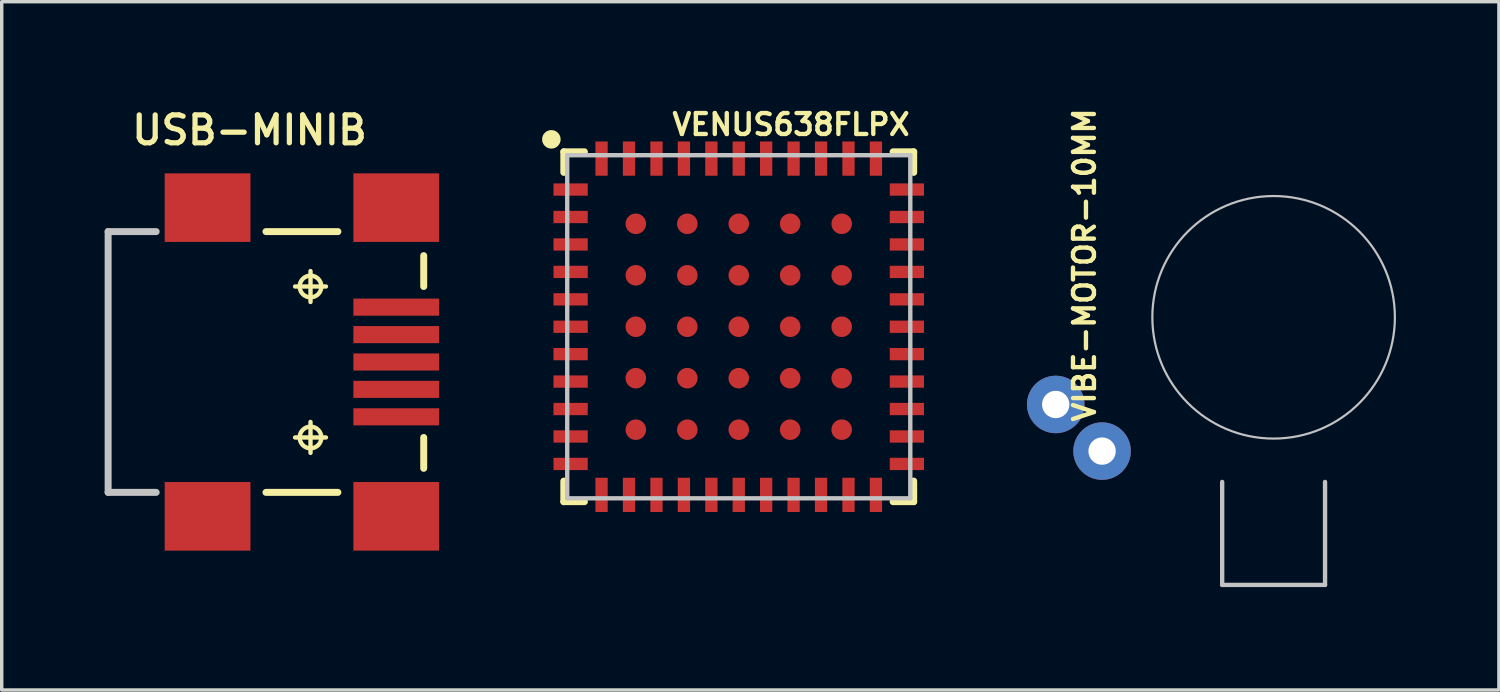
<source format=kicad_pcb>
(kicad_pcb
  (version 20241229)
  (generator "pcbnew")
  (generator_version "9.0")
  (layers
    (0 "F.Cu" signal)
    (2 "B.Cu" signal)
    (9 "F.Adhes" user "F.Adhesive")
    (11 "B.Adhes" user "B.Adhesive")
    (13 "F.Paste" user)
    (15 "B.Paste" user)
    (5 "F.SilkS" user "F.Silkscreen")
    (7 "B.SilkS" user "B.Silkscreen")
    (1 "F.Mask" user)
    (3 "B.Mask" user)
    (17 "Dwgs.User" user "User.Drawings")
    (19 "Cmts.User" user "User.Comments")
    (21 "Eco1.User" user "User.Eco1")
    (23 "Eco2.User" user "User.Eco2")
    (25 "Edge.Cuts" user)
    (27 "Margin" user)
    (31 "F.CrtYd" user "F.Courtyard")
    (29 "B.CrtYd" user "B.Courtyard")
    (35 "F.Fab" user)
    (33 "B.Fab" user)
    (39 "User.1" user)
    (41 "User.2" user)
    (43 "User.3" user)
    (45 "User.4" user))
  (footprint "VENUS638FLPX"
    (layer "F.Cu")
    (at 18.479 6.472)
    (property "Reference" "VENUS638FLPX" (at 1.524 -5.893 0) (layer "F.SilkS") (effects (font (size 0.61 0.61) (thickness 0.127))))
    (attr smd)
    (fp_line (start -5.098 -5.098) (end -4.498 -5.098) (stroke (width 0.203) (type solid)) (layer "F.SilkS"))
    (fp_line (start -5.098 -4.498) (end -5.098 -5.098) (stroke (width 0.203) (type solid)) (layer "F.SilkS"))
    (fp_line (start -5.098 4.498) (end -5.098 5.098) (stroke (width 0.203) (type solid)) (layer "F.SilkS"))
    (fp_line (start -5.098 5.098) (end -4.498 5.098) (stroke (width 0.203) (type solid)) (layer "F.SilkS"))
    (fp_line (start 5.098 -5.098) (end 4.498 -5.098) (stroke (width 0.203) (type solid)) (layer "F.SilkS"))
    (fp_line (start 5.098 -4.498) (end 5.098 -5.098) (stroke (width 0.203) (type solid)) (layer "F.SilkS"))
    (fp_line (start 5.098 5.098) (end 4.498 5.098) (stroke (width 0.203) (type solid)) (layer "F.SilkS"))
    (fp_line (start 5.098 5.098) (end 5.098 4.498) (stroke (width 0.203) (type solid)) (layer "F.SilkS"))
    (fp_circle (center -5.461 -5.461) (end -5.652 -5.652) (stroke (width 0) (type solid)) (fill yes) (layer "F.SilkS"))
    (fp_line (start -4.999 -4.999) (end -4.999 4.999) (stroke (width 0.127) (type solid)) (layer "Dwgs.User"))
    (fp_line (start -4.999 4.999) (end 4.999 4.999) (stroke (width 0.127) (type solid)) (layer "Dwgs.User"))
    (fp_line (start 4.999 -4.999) (end -4.999 -4.999) (stroke (width 0.127) (type solid)) (layer "Dwgs.User"))
    (fp_line (start 4.999 4.999) (end 4.999 -4.999) (stroke (width 0.127) (type solid)) (layer "Dwgs.User"))
    (pad "1" smd rect (at -4.9 -3.998 180) (size 0.998 0.358) (layers "F.Cu" "F.Mask" "F.Paste"))
    (pad "2" smd rect (at -4.9 -3.198 180) (size 0.998 0.358) (layers "F.Cu" "F.Mask" "F.Paste"))
    (pad "3" smd rect (at -4.9 -2.398 180) (size 0.998 0.358) (layers "F.Cu" "F.Mask" "F.Paste"))
    (pad "4" smd rect (at -4.9 -1.598 180) (size 0.998 0.358) (layers "F.Cu" "F.Mask" "F.Paste"))
    (pad "5" smd rect (at -4.9 -0.798 180) (size 0.998 0.358) (layers "F.Cu" "F.Mask" "F.Paste"))
    (pad "6" smd rect (at -4.9 0 180) (size 0.998 0.358) (layers "F.Cu" "F.Mask" "F.Paste"))
    (pad "7" smd rect (at -4.9 0.798 180) (size 0.998 0.358) (layers "F.Cu" "F.Mask" "F.Paste"))
    (pad "8" smd rect (at -4.9 1.598 180) (size 0.998 0.358) (layers "F.Cu" "F.Mask" "F.Paste"))
    (pad "9" smd rect (at -4.9 2.398 180) (size 0.998 0.358) (layers "F.Cu" "F.Mask" "F.Paste"))
    (pad "10" smd rect (at -4.9 3.198 180) (size 0.998 0.358) (layers "F.Cu" "F.Mask" "F.Paste"))
    (pad "11" smd rect (at -4.9 3.998 180) (size 0.998 0.358) (layers "F.Cu" "F.Mask" "F.Paste"))
    (pad "12" smd rect (at -3.998 4.9 270) (size 0.998 0.358) (layers "F.Cu" "F.Mask" "F.Paste"))
    (pad "13" smd rect (at -3.198 4.9 270) (size 0.998 0.358) (layers "F.Cu" "F.Mask" "F.Paste"))
    (pad "14" smd rect (at -2.398 4.9 270) (size 0.998 0.358) (layers "F.Cu" "F.Mask" "F.Paste"))
    (pad "15" smd rect (at -1.598 4.9 270) (size 0.998 0.358) (layers "F.Cu" "F.Mask" "F.Paste"))
    (pad "16" smd rect (at -0.798 4.9 270) (size 0.998 0.358) (layers "F.Cu" "F.Mask" "F.Paste"))
    (pad "17" smd rect (at 0 4.9 270) (size 0.998 0.358) (layers "F.Cu" "F.Mask" "F.Paste"))
    (pad "18" smd rect (at 0.798 4.9 270) (size 0.998 0.358) (layers "F.Cu" "F.Mask" "F.Paste"))
    (pad "19" smd rect (at 1.598 4.9 270) (size 0.998 0.358) (layers "F.Cu" "F.Mask" "F.Paste"))
    (pad "20" smd rect (at 2.398 4.9 270) (size 0.998 0.358) (layers "F.Cu" "F.Mask" "F.Paste"))
    (pad "21" smd rect (at 3.198 4.9 270) (size 0.998 0.358) (layers "F.Cu" "F.Mask" "F.Paste"))
    (pad "22" smd rect (at 3.998 4.9 270) (size 0.998 0.358) (layers "F.Cu" "F.Mask" "F.Paste"))
    (pad "23" smd rect (at 4.9 3.998) (size 0.998 0.358) (layers "F.Cu" "F.Mask" "F.Paste"))
    (pad "24" smd rect (at 4.9 3.198) (size 0.998 0.358) (layers "F.Cu" "F.Mask" "F.Paste"))
    (pad "25" smd rect (at 4.9 2.398) (size 0.998 0.358) (layers "F.Cu" "F.Mask" "F.Paste"))
    (pad "26" smd rect (at 4.9 1.598) (size 0.998 0.358) (layers "F.Cu" "F.Mask" "F.Paste"))
    (pad "27" smd rect (at 4.9 0.798) (size 0.998 0.358) (layers "F.Cu" "F.Mask" "F.Paste"))
    (pad "28" smd rect (at 4.9 0) (size 0.998 0.358) (layers "F.Cu" "F.Mask" "F.Paste"))
    (pad "29" smd rect (at 4.9 -0.798) (size 0.998 0.358) (layers "F.Cu" "F.Mask" "F.Paste"))
    (pad "30" smd rect (at 4.9 -1.598) (size 0.998 0.358) (layers "F.Cu" "F.Mask" "F.Paste"))
    (pad "31" smd rect (at 4.9 -2.398) (size 0.998 0.358) (layers "F.Cu" "F.Mask" "F.Paste"))
    (pad "32" smd rect (at 4.9 -3.198) (size 0.998 0.358) (layers "F.Cu" "F.Mask" "F.Paste"))
    (pad "33" smd rect (at 4.9 -3.998) (size 0.998 0.358) (layers "F.Cu" "F.Mask" "F.Paste"))
    (pad "34" smd rect (at 3.998 -4.9 90) (size 0.998 0.358) (layers "F.Cu" "F.Mask" "F.Paste"))
    (pad "35" smd rect (at 3.198 -4.9 90) (size 0.998 0.358) (layers "F.Cu" "F.Mask" "F.Paste"))
    (pad "36" smd rect (at 2.398 -4.9 90) (size 0.998 0.358) (layers "F.Cu" "F.Mask" "F.Paste"))
    (pad "37" smd rect (at 1.598 -4.9 90) (size 0.998 0.358) (layers "F.Cu" "F.Mask" "F.Paste"))
    (pad "38" smd rect (at 0.798 -4.9 90) (size 0.998 0.358) (layers "F.Cu" "F.Mask" "F.Paste"))
    (pad "39" smd rect (at 0 -4.9 90) (size 0.998 0.358) (layers "F.Cu" "F.Mask" "F.Paste"))
    (pad "40" smd rect (at -0.798 -4.9 90) (size 0.998 0.358) (layers "F.Cu" "F.Mask" "F.Paste"))
    (pad "41" smd rect (at -1.598 -4.9 90) (size 0.998 0.358) (layers "F.Cu" "F.Mask" "F.Paste"))
    (pad "42" smd rect (at -2.398 -4.9 90) (size 0.998 0.358) (layers "F.Cu" "F.Mask" "F.Paste"))
    (pad "43" smd rect (at -3.198 -4.9 90) (size 0.998 0.358) (layers "F.Cu" "F.Mask" "F.Paste"))
    (pad "44" smd rect (at -3.998 -4.9 90) (size 0.998 0.358) (layers "F.Cu" "F.Mask" "F.Paste"))
    (pad "45" smd circle (at -3 -3) (size 0.599 0.599) (layers "F.Cu" "F.Mask" "F.Paste"))
    (pad "46" smd circle (at -3 -1.499) (size 0.599 0.599) (layers "F.Cu" "F.Mask" "F.Paste"))
    (pad "47" smd circle (at -3 0) (size 0.599 0.599) (layers "F.Cu" "F.Mask" "F.Paste"))
    (pad "48" smd circle (at -3 1.499) (size 0.599 0.599) (layers "F.Cu" "F.Mask" "F.Paste"))
    (pad "49" smd circle (at -3 3) (size 0.599 0.599) (layers "F.Cu" "F.Mask" "F.Paste"))
    (pad "50" smd circle (at -1.499 -3) (size 0.599 0.599) (layers "F.Cu" "F.Mask" "F.Paste"))
    (pad "51" smd circle (at -1.499 -1.499) (size 0.599 0.599) (layers "F.Cu" "F.Mask" "F.Paste"))
    (pad "52" smd circle (at -1.499 0) (size 0.599 0.599) (layers "F.Cu" "F.Mask" "F.Paste"))
    (pad "53" smd circle (at -1.499 1.499) (size 0.599 0.599) (layers "F.Cu" "F.Mask" "F.Paste"))
    (pad "54" smd circle (at -1.499 3) (size 0.599 0.599) (layers "F.Cu" "F.Mask" "F.Paste"))
    (pad "55" smd circle (at 0 -3) (size 0.599 0.599) (layers "F.Cu" "F.Mask" "F.Paste"))
    (pad "56" smd circle (at 0 -1.499) (size 0.599 0.599) (layers "F.Cu" "F.Mask" "F.Paste"))
    (pad "57" smd circle (at 0 0) (size 0.599 0.599) (layers "F.Cu" "F.Mask" "F.Paste"))
    (pad "58" smd circle (at 0 1.499) (size 0.599 0.599) (layers "F.Cu" "F.Mask" "F.Paste"))
    (pad "59" smd circle (at 0 3) (size 0.599 0.599) (layers "F.Cu" "F.Mask" "F.Paste"))
    (pad "60" smd circle (at 1.499 -3) (size 0.599 0.599) (layers "F.Cu" "F.Mask" "F.Paste"))
    (pad "61" smd circle (at 1.499 -1.499) (size 0.599 0.599) (layers "F.Cu" "F.Mask" "F.Paste"))
    (pad "62" smd circle (at 1.499 0) (size 0.599 0.599) (layers "F.Cu" "F.Mask" "F.Paste"))
    (pad "63" smd circle (at 1.499 1.499) (size 0.599 0.599) (layers "F.Cu" "F.Mask" "F.Paste"))
    (pad "64" smd circle (at 1.499 3) (size 0.599 0.599) (layers "F.Cu" "F.Mask" "F.Paste"))
    (pad "65" smd circle (at 3 -3) (size 0.599 0.599) (layers "F.Cu" "F.Mask" "F.Paste"))
    (pad "66" smd circle (at 3 -1.499) (size 0.599 0.599) (layers "F.Cu" "F.Mask" "F.Paste"))
    (pad "67" smd circle (at 3 0) (size 0.599 0.599) (layers "F.Cu" "F.Mask" "F.Paste"))
    (pad "68" smd circle (at 3 1.499) (size 0.599 0.599) (layers "F.Cu" "F.Mask" "F.Paste"))
    (pad "69" smd circle (at 3 3) (size 0.599 0.599) (layers "F.Cu" "F.Mask" "F.Paste")))
  (footprint "VIBE-MOTOR-10MM"
    (layer "F.Cu")
    (at 34.066 6.197)
    (property "Reference" "VIBE-MOTOR-10MM" (at -5.512 -1.524 90) (layer "F.SilkS") (effects (font (size 0.61 0.61) (thickness 0.127))))
    (attr exclude_from_pos_files exclude_from_bom)
    (fp_line (start -1.499 4.798) (end -1.499 7.798) (stroke (width 0.127) (type solid)) (layer "Dwgs.User"))
    (fp_line (start -1.499 7.798) (end 1.499 7.798) (stroke (width 0.127) (type solid)) (layer "Dwgs.User"))
    (fp_line (start 1.499 7.798) (end 1.499 4.798) (stroke (width 0.127) (type solid)) (layer "Dwgs.User"))
    (fp_circle (center 0 0) (end -2.499 2.499) (stroke (width 0.064) (type solid)) (fill no) (layer "Dwgs.User"))
    (pad "+" thru_hole circle (at -4.999 3.899) (size 1.676 1.676) (drill 0.798) (layers "*.Cu" "*.Paste" "*.Mask"))
    (pad "-" thru_hole circle (at -6.35 2.54) (size 1.676 1.676) (drill 0.798) (layers "*.Cu" "*.Paste" "*.Mask")))
  (footprint "USB-MINIB"
    (layer "F.Cu")
    (at 5.999 7.499)
    (property "Reference" "USB-MINIB" (at -1.778 -6.756 0) (layer "F.SilkS") (effects (font (size 0.813 0.813) (thickness 0.152))))
    (attr smd)
    (fp_line (start -1.298 -3.8) (end 0.798 -3.8) (stroke (width 0.203) (type solid)) (layer "F.SilkS"))
    (fp_line (start -0.45 -2.2) (end 0.45 -2.2) (stroke (width 0.127) (type solid)) (layer "F.SilkS"))
    (fp_line (start -0.45 2.2) (end 0.45 2.2) (stroke (width 0.127) (type solid)) (layer "F.SilkS"))
    (fp_line (start 0 -1.748) (end 0 -2.649) (stroke (width 0.127) (type solid)) (layer "F.SilkS"))
    (fp_line (start 0 2.649) (end 0 1.748) (stroke (width 0.127) (type solid)) (layer "F.SilkS"))
    (fp_line (start 0.798 3.8) (end -1.298 3.8) (stroke (width 0.203) (type solid)) (layer "F.SilkS"))
    (fp_line (start 3.299 -3.099) (end 3.299 -2.2) (stroke (width 0.203) (type solid)) (layer "F.SilkS"))
    (fp_line (start 3.299 2.2) (end 3.299 3.099) (stroke (width 0.203) (type solid)) (layer "F.SilkS"))
    (fp_circle (center 0 -2.2) (end -0.224 -2.423) (stroke (width 0.127) (type solid)) (fill no) (layer "F.SilkS"))
    (fp_circle (center 0 2.2) (end -0.224 2.423) (stroke (width 0.127) (type solid)) (fill no) (layer "F.SilkS"))
    (fp_line (start -5.898 -3.8) (end -5.898 3.8) (stroke (width 0.203) (type solid)) (layer "Dwgs.User"))
    (fp_line (start -5.898 -3.8) (end -4.498 -3.8) (stroke (width 0.203) (type solid)) (layer "Dwgs.User"))
    (fp_line (start -5.898 3.8) (end -4.498 3.8) (stroke (width 0.203) (type solid)) (layer "Dwgs.User"))
    (pad "D+" smd rect (at 2.499 0) (size 2.499 0.498) (layers "F.Cu" "F.Mask" "F.Paste"))
    (pad "D-" smd rect (at 2.499 -0.798) (size 2.499 0.498) (layers "F.Cu" "F.Mask" "F.Paste"))
    (pad "GND" smd rect (at 2.499 1.598) (size 2.499 0.498) (layers "F.Cu" "F.Mask" "F.Paste"))
    (pad "ID" smd rect (at 2.499 0.798) (size 2.499 0.498) (layers "F.Cu" "F.Mask" "F.Paste"))
    (pad "S1" smd rect (at -3 -4.498) (size 2.499 1.999) (layers "F.Cu" "F.Mask" "F.Paste"))
    (pad "S2" smd rect (at 2.499 -4.498) (size 2.499 1.999) (layers "F.Cu" "F.Mask" "F.Paste"))
    (pad "S3" smd rect (at -3 4.498) (size 2.499 1.999) (layers "F.Cu" "F.Mask" "F.Paste"))
    (pad "S4" smd rect (at 2.499 4.498) (size 2.499 1.999) (layers "F.Cu" "F.Mask" "F.Paste"))
    (pad "VBUS" smd rect (at 2.499 -1.598) (size 2.499 0.498) (layers "F.Cu" "F.Mask" "F.Paste")))
  (gr_rect
    (start -3 -3)
    (end 40.632 17.058)
    (stroke (width 0.1) (type default))
    (fill no)
    (layer "Edge.Cuts")))
</source>
